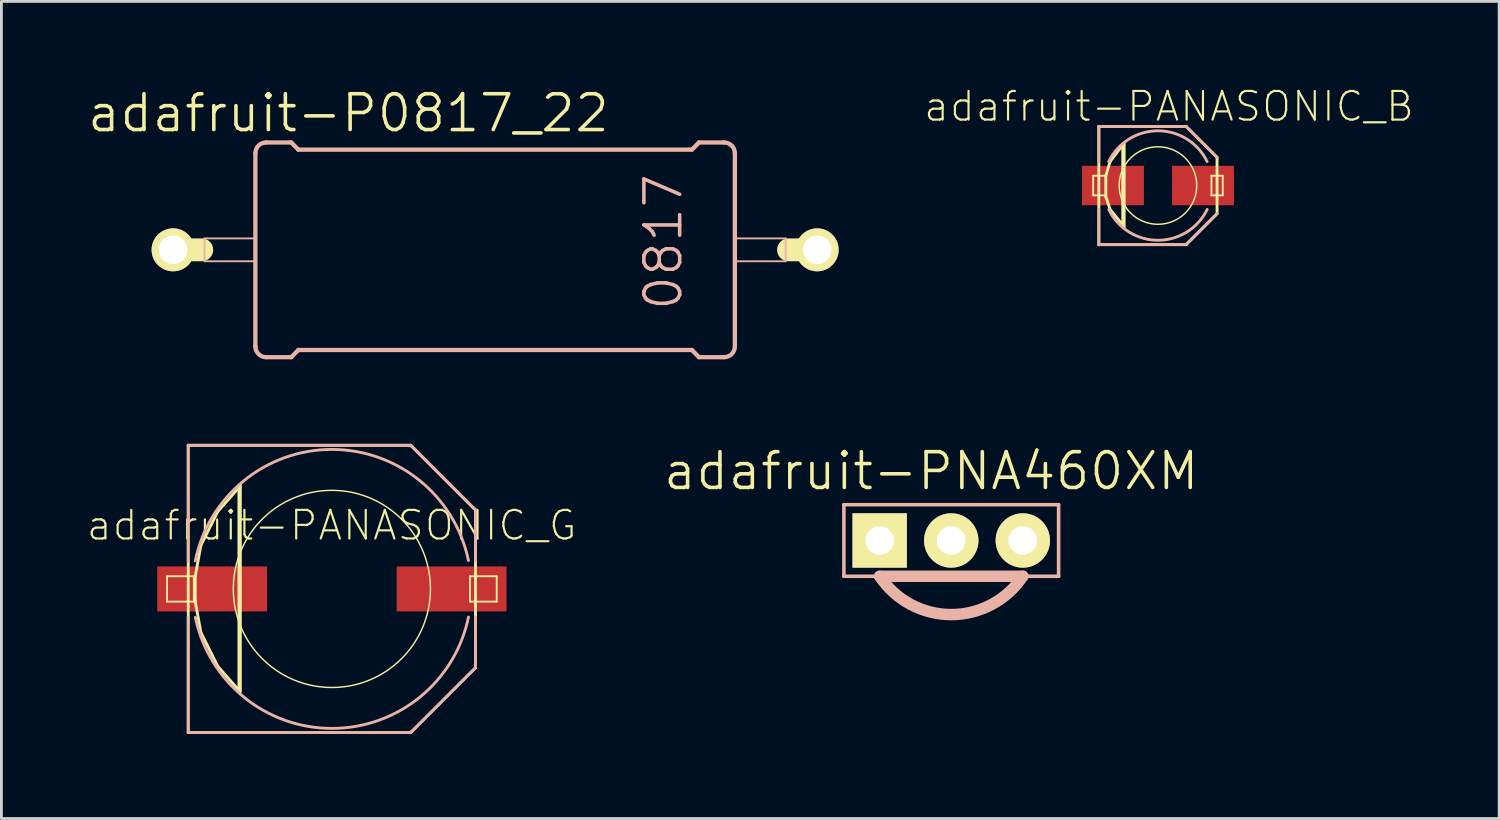
<source format=kicad_pcb>
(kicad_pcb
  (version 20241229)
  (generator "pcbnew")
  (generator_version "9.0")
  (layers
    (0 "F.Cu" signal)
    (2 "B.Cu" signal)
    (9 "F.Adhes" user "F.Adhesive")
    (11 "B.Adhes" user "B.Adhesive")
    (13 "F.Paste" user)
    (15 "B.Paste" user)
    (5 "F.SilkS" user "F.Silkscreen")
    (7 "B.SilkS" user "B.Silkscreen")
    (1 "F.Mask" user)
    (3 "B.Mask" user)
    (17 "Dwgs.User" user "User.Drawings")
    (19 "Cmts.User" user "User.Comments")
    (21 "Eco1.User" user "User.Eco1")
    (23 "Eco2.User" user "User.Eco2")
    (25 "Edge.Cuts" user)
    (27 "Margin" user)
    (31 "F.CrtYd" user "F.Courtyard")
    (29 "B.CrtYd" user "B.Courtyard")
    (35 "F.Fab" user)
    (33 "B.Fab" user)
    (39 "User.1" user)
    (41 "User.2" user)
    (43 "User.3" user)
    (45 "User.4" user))
  (footprint "adafruit-PNA460XM"
    (layer "F.Cu")
    (at 30.712 16.133)
    (property "Reference" "adafruit-PNA460XM" (at -0.711 -2.464 0) (layer "F.SilkS") (effects (font (size 1.27 1.27) (thickness 0.127))))
    (attr exclude_from_pos_files exclude_from_bom)
    (fp_line (start -2.794 -0.254) (end -2.286 -0.254) (stroke (width 0.066) (type solid)) (layer "F.SilkS"))
    (fp_line (start -2.794 0.254) (end -2.794 -0.254) (stroke (width 0.066) (type solid)) (layer "F.SilkS"))
    (fp_line (start -2.794 0.254) (end -2.286 0.254) (stroke (width 0.066) (type solid)) (layer "F.SilkS"))
    (fp_line (start -2.286 0.254) (end -2.286 -0.254) (stroke (width 0.066) (type solid)) (layer "F.SilkS"))
    (fp_line (start -0.254 -0.254) (end 0.254 -0.254) (stroke (width 0.066) (type solid)) (layer "F.SilkS"))
    (fp_line (start -0.254 0.254) (end -0.254 -0.254) (stroke (width 0.066) (type solid)) (layer "F.SilkS"))
    (fp_line (start -0.254 0.254) (end 0.254 0.254) (stroke (width 0.066) (type solid)) (layer "F.SilkS"))
    (fp_line (start 0.254 0.254) (end 0.254 -0.254) (stroke (width 0.066) (type solid)) (layer "F.SilkS"))
    (fp_line (start 2.286 -0.254) (end 2.794 -0.254) (stroke (width 0.066) (type solid)) (layer "F.SilkS"))
    (fp_line (start 2.286 0.254) (end 2.286 -0.254) (stroke (width 0.066) (type solid)) (layer "F.SilkS"))
    (fp_line (start 2.286 0.254) (end 2.794 0.254) (stroke (width 0.066) (type solid)) (layer "F.SilkS"))
    (fp_line (start 2.794 0.254) (end 2.794 -0.254) (stroke (width 0.066) (type solid)) (layer "F.SilkS"))
    (fp_line (start -3.81 -1.27) (end -3.81 1.27) (stroke (width 0.127) (type solid)) (layer "B.SilkS"))
    (fp_line (start -3.81 1.27) (end -2.54 1.27) (stroke (width 0.127) (type solid)) (layer "B.SilkS"))
    (fp_line (start -2.54 1.27) (end 2.54 1.27) (stroke (width 0.406) (type solid)) (layer "B.SilkS"))
    (fp_line (start 2.54 1.27) (end 3.81 1.27) (stroke (width 0.127) (type solid)) (layer "B.SilkS"))
    (fp_line (start 3.81 -1.27) (end -3.81 -1.27) (stroke (width 0.127) (type solid)) (layer "B.SilkS"))
    (fp_line (start 3.81 1.27) (end 3.81 -1.27) (stroke (width 0.127) (type solid)) (layer "B.SilkS"))
    (fp_arc (start 2.54 1.27) (mid 0.001938 2.63012) (end -2.537849 1.273225) (stroke (width 0.4064) (type solid)) (layer "B.SilkS"))
    (pad "1" thru_hole rect (at -2.54 0) (size 1.93 1.93) (drill 1.016) (layers "*.Cu" "F.Mask" "F.SilkS" "F.Paste"))
    (pad "2" thru_hole circle (at 0 0) (size 1.93 1.93) (drill 1.016) (layers "*.Cu" "F.Mask" "F.SilkS" "F.Paste"))
    (pad "3" thru_hole circle (at 2.54 0) (size 1.93 1.93) (drill 1.016) (layers "*.Cu" "F.Mask" "F.SilkS" "F.Paste")))
  (footprint "adafruit-PANASONIC_B"
    (layer "F.Cu")
    (at 38.048 3.535)
    (property "Reference" "adafruit-PANASONIC_B" (at 0.389 -2.807 0) (layer "F.SilkS") (effects (font (size 1.016 1.016) (thickness 0.076))))
    (attr smd)
    (fp_line (start -2.299 -0.348) (end -1.849 -0.348) (stroke (width 0.066) (type solid)) (layer "F.SilkS"))
    (fp_line (start -2.299 0.348) (end -2.299 -0.348) (stroke (width 0.066) (type solid)) (layer "F.SilkS"))
    (fp_line (start -2.299 0.348) (end -1.849 0.348) (stroke (width 0.066) (type solid)) (layer "F.SilkS"))
    (fp_line (start -2.098 -2.098) (end 0.998 -2.098) (stroke (width 0.102) (type solid)) (layer "F.SilkS"))
    (fp_line (start -2.098 2.098) (end -2.098 -2.098) (stroke (width 0.102) (type solid)) (layer "F.SilkS"))
    (fp_line (start -1.849 -0.348) (end -1.849 0.399) (stroke (width 0.102) (type solid)) (layer "F.SilkS"))
    (fp_line (start -1.849 0.348) (end -1.849 -0.348) (stroke (width 0.066) (type solid)) (layer "F.SilkS"))
    (fp_line (start -1.849 0.399) (end -1.699 0.848) (stroke (width 0.102) (type solid)) (layer "F.SilkS"))
    (fp_line (start -1.699 -0.848) (end -1.849 -0.348) (stroke (width 0.102) (type solid)) (layer "F.SilkS"))
    (fp_line (start -1.699 0.848) (end -1.25 1.4) (stroke (width 0.102) (type solid)) (layer "F.SilkS"))
    (fp_line (start -1.25 -1.448) (end -1.699 -0.848) (stroke (width 0.102) (type solid)) (layer "F.SilkS"))
    (fp_line (start -1.25 -1.4) (end -1.25 -1.448) (stroke (width 0.102) (type solid)) (layer "F.SilkS"))
    (fp_line (start -1.25 1.4) (end -1.25 -1.4) (stroke (width 0.102) (type solid)) (layer "F.SilkS"))
    (fp_line (start -1.199 -1.499) (end -1.199 1.499) (stroke (width 0.102) (type solid)) (layer "F.SilkS"))
    (fp_line (start 0.998 -2.098) (end 2.098 -0.998) (stroke (width 0.102) (type solid)) (layer "F.SilkS"))
    (fp_line (start 0.998 2.098) (end -2.098 2.098) (stroke (width 0.102) (type solid)) (layer "F.SilkS"))
    (fp_line (start 1.9 -0.348) (end 2.299 -0.348) (stroke (width 0.066) (type solid)) (layer "F.SilkS"))
    (fp_line (start 1.9 0.348) (end 1.9 -0.348) (stroke (width 0.066) (type solid)) (layer "F.SilkS"))
    (fp_line (start 1.9 0.348) (end 2.299 0.348) (stroke (width 0.066) (type solid)) (layer "F.SilkS"))
    (fp_line (start 2.098 -0.998) (end 2.098 0.998) (stroke (width 0.102) (type solid)) (layer "F.SilkS"))
    (fp_line (start 2.098 0.998) (end 0.998 2.098) (stroke (width 0.102) (type solid)) (layer "F.SilkS"))
    (fp_line (start 2.299 0.348) (end 2.299 -0.348) (stroke (width 0.066) (type solid)) (layer "F.SilkS"))
    (fp_circle (center 0 0) (end -0.973 0.973) (stroke (width 0.051) (type solid)) (fill no) (layer "F.SilkS"))
    (fp_line (start -2.098 -2.098) (end 0.998 -2.098) (stroke (width 0.102) (type solid)) (layer "B.SilkS"))
    (fp_line (start -2.098 -0.848) (end -2.098 -2.098) (stroke (width 0.102) (type solid)) (layer "B.SilkS"))
    (fp_line (start -2.098 2.098) (end -2.098 0.848) (stroke (width 0.102) (type solid)) (layer "B.SilkS"))
    (fp_line (start 0.998 -2.098) (end 2.098 -0.998) (stroke (width 0.102) (type solid)) (layer "B.SilkS"))
    (fp_line (start 0.998 2.098) (end -2.098 2.098) (stroke (width 0.102) (type solid)) (layer "B.SilkS"))
    (fp_line (start 2.098 0.998) (end 0.998 2.098) (stroke (width 0.102) (type solid)) (layer "B.SilkS"))
    (fp_arc (start -1.74752 -0.84836) (mid -0.001866 -1.942559) (end 1.745887 -0.851716) (stroke (width 0.1016) (type solid)) (layer "B.SilkS"))
    (fp_arc (start 1.74752 0.84836) (mid 0.001866 1.942559) (end -1.745887 0.851716) (stroke (width 0.1016) (type solid)) (layer "B.SilkS"))
    (pad "+" smd rect (at 1.598 0) (size 2.2 1.4) (layers "F.Cu" "F.Mask" "F.Paste"))
    (pad "-" smd rect (at -1.598 0) (size 2.2 1.4) (layers "F.Cu" "F.Mask" "F.Paste")))
  (footprint "adafruit-PANASONIC_G"
    (layer "F.Cu")
    (at 8.729 17.852)
    (property "Reference" "adafruit-PANASONIC_G" (at -0.008 -2.256 0) (layer "F.SilkS") (effects (font (size 1.016 1.016) (thickness 0.076))))
    (attr smd)
    (fp_line (start -5.85 -0.45) (end -4.9 -0.45) (stroke (width 0.066) (type solid)) (layer "F.SilkS"))
    (fp_line (start -5.85 0.45) (end -5.85 -0.45) (stroke (width 0.066) (type solid)) (layer "F.SilkS"))
    (fp_line (start -5.85 0.45) (end -4.9 0.45) (stroke (width 0.066) (type solid)) (layer "F.SilkS"))
    (fp_line (start -5.098 -5.098) (end 2.799 -5.098) (stroke (width 0.102) (type solid)) (layer "F.SilkS"))
    (fp_line (start -5.098 5.098) (end -5.098 -5.098) (stroke (width 0.102) (type solid)) (layer "F.SilkS"))
    (fp_line (start -4.9 0.45) (end -4.9 -0.45) (stroke (width 0.066) (type solid)) (layer "F.SilkS"))
    (fp_line (start -4.849 -0.45) (end -4.849 0.45) (stroke (width 0.102) (type solid)) (layer "F.SilkS"))
    (fp_line (start -4.849 0.45) (end -4.648 1.549) (stroke (width 0.102) (type solid)) (layer "F.SilkS"))
    (fp_line (start -4.648 -1.549) (end -4.849 -0.45) (stroke (width 0.102) (type solid)) (layer "F.SilkS"))
    (fp_line (start -4.648 1.549) (end -4.049 2.748) (stroke (width 0.102) (type solid)) (layer "F.SilkS"))
    (fp_line (start -4.049 -2.748) (end -4.648 -1.549) (stroke (width 0.102) (type solid)) (layer "F.SilkS"))
    (fp_line (start -4.049 2.748) (end -3.299 3.599) (stroke (width 0.102) (type solid)) (layer "F.SilkS"))
    (fp_line (start -3.299 -3.599) (end -4.049 -2.748) (stroke (width 0.102) (type solid)) (layer "F.SilkS"))
    (fp_line (start -3.299 -3.548) (end -3.299 -3.599) (stroke (width 0.102) (type solid)) (layer "F.SilkS"))
    (fp_line (start -3.299 3.599) (end -3.299 -3.548) (stroke (width 0.102) (type solid)) (layer "F.SilkS"))
    (fp_line (start -3.249 -3.698) (end -3.249 3.65) (stroke (width 0.102) (type solid)) (layer "F.SilkS"))
    (fp_line (start 2.799 -5.098) (end 5.098 -2.799) (stroke (width 0.102) (type solid)) (layer "F.SilkS"))
    (fp_line (start 2.799 5.098) (end -5.098 5.098) (stroke (width 0.102) (type solid)) (layer "F.SilkS"))
    (fp_line (start 4.9 -0.45) (end 5.85 -0.45) (stroke (width 0.066) (type solid)) (layer "F.SilkS"))
    (fp_line (start 4.9 0.45) (end 4.9 -0.45) (stroke (width 0.066) (type solid)) (layer "F.SilkS"))
    (fp_line (start 4.9 0.45) (end 5.85 0.45) (stroke (width 0.066) (type solid)) (layer "F.SilkS"))
    (fp_line (start 5.098 -2.799) (end 5.098 2.799) (stroke (width 0.102) (type solid)) (layer "F.SilkS"))
    (fp_line (start 5.098 2.799) (end 2.799 5.098) (stroke (width 0.102) (type solid)) (layer "F.SilkS"))
    (fp_line (start 5.85 0.45) (end 5.85 -0.45) (stroke (width 0.066) (type solid)) (layer "F.SilkS"))
    (fp_circle (center 0 0) (end -2.474 2.474) (stroke (width 0.051) (type solid)) (fill no) (layer "F.SilkS"))
    (fp_line (start -5.098 -5.098) (end 2.799 -5.098) (stroke (width 0.102) (type solid)) (layer "B.SilkS"))
    (fp_line (start -5.098 -0.998) (end -5.098 -5.098) (stroke (width 0.102) (type solid)) (layer "B.SilkS"))
    (fp_line (start -5.098 5.098) (end -5.098 0.998) (stroke (width 0.102) (type solid)) (layer "B.SilkS"))
    (fp_line (start 2.799 -5.098) (end 5.098 -2.799) (stroke (width 0.102) (type solid)) (layer "B.SilkS"))
    (fp_line (start 2.799 5.098) (end -5.098 5.098) (stroke (width 0.102) (type solid)) (layer "B.SilkS"))
    (fp_line (start 5.098 -2.799) (end 5.098 -0.998) (stroke (width 0.102) (type solid)) (layer "B.SilkS"))
    (fp_line (start 5.098 0.998) (end 5.098 2.799) (stroke (width 0.102) (type solid)) (layer "B.SilkS"))
    (fp_line (start 5.098 2.799) (end 2.799 5.098) (stroke (width 0.102) (type solid)) (layer "B.SilkS"))
    (fp_arc (start -4.84886 -0.99822) (mid -0.005807 -4.950541) (end 4.846505 -1.009593) (stroke (width 0.1016) (type solid)) (layer "B.SilkS"))
    (fp_arc (start 4.84886 0.99822) (mid 0.005807 4.950541) (end -4.846505 1.009593) (stroke (width 0.1016) (type solid)) (layer "B.SilkS"))
    (pad "+" smd rect (at 4.249 0) (size 3.899 1.598) (layers "F.Cu" "F.Mask" "F.Paste"))
    (pad "-" smd rect (at -4.249 0) (size 3.899 1.598) (layers "F.Cu" "F.Mask" "F.Paste")))
  (footprint "adafruit-P0817_22"
    (layer "F.Cu")
    (at 14.523 5.817)
    (property "Reference" "adafruit-P0817_22" (at -5.207 -4.851 0) (layer "F.SilkS") (effects (font (size 1.27 1.27) (thickness 0.127))))
    (attr exclude_from_pos_files exclude_from_bom)
    (fp_line (start -10.414 0) (end -11.43 0) (stroke (width 0.813) (type solid)) (layer "F.SilkS"))
    (fp_line (start 11.43 0) (end 10.414 0) (stroke (width 0.813) (type solid)) (layer "F.SilkS"))
    (fp_line (start -10.312 -0.406) (end -8.509 -0.406) (stroke (width 0.066) (type solid)) (layer "B.SilkS"))
    (fp_line (start -10.312 0.406) (end -10.312 -0.406) (stroke (width 0.066) (type solid)) (layer "B.SilkS"))
    (fp_line (start -10.312 0.406) (end -8.509 0.406) (stroke (width 0.066) (type solid)) (layer "B.SilkS"))
    (fp_line (start -8.509 0.406) (end -8.509 -0.406) (stroke (width 0.066) (type solid)) (layer "B.SilkS"))
    (fp_line (start -8.509 3.429) (end -8.509 -3.429) (stroke (width 0.152) (type solid)) (layer "B.SilkS"))
    (fp_line (start -8.128 -3.81) (end -7.236 -3.81) (stroke (width 0.152) (type solid)) (layer "B.SilkS"))
    (fp_line (start -8.128 3.81) (end -7.236 3.81) (stroke (width 0.152) (type solid)) (layer "B.SilkS"))
    (fp_line (start -6.985 -3.556) (end -7.236 -3.81) (stroke (width 0.152) (type solid)) (layer "B.SilkS"))
    (fp_line (start -6.985 3.556) (end -7.236 3.81) (stroke (width 0.152) (type solid)) (layer "B.SilkS"))
    (fp_line (start 6.985 -3.556) (end -6.985 -3.556) (stroke (width 0.152) (type solid)) (layer "B.SilkS"))
    (fp_line (start 6.985 -3.556) (end 7.236 -3.81) (stroke (width 0.152) (type solid)) (layer "B.SilkS"))
    (fp_line (start 6.985 3.556) (end -6.985 3.556) (stroke (width 0.152) (type solid)) (layer "B.SilkS"))
    (fp_line (start 6.985 3.556) (end 7.236 3.81) (stroke (width 0.152) (type solid)) (layer "B.SilkS"))
    (fp_line (start 8.128 -3.81) (end 7.236 -3.81) (stroke (width 0.152) (type solid)) (layer "B.SilkS"))
    (fp_line (start 8.128 3.81) (end 7.236 3.81) (stroke (width 0.152) (type solid)) (layer "B.SilkS"))
    (fp_line (start 8.509 -0.406) (end 10.312 -0.406) (stroke (width 0.066) (type solid)) (layer "B.SilkS"))
    (fp_line (start 8.509 0.406) (end 8.509 -0.406) (stroke (width 0.066) (type solid)) (layer "B.SilkS"))
    (fp_line (start 8.509 0.406) (end 10.312 0.406) (stroke (width 0.066) (type solid)) (layer "B.SilkS"))
    (fp_line (start 8.509 3.429) (end 8.509 -3.429) (stroke (width 0.152) (type solid)) (layer "B.SilkS"))
    (fp_line (start 10.312 0.406) (end 10.312 -0.406) (stroke (width 0.066) (type solid)) (layer "B.SilkS"))
    (fp_arc (start -8.509 -3.429) (mid -8.397408 -3.698408) (end -8.128 -3.81) (stroke (width 0.1524) (type solid)) (layer "B.SilkS"))
    (fp_arc (start -8.128 3.81) (mid -8.397408 3.698408) (end -8.509 3.429) (stroke (width 0.1524) (type solid)) (layer "B.SilkS"))
    (fp_arc (start 8.128 -3.81) (mid 8.397408 -3.698408) (end 8.509 -3.429) (stroke (width 0.1524) (type solid)) (layer "B.SilkS"))
    (fp_arc (start 8.509 3.429) (mid 8.397408 3.698408) (end 8.128 3.81) (stroke (width 0.1524) (type solid)) (layer "B.SilkS"))
    (fp_text user "0817" (at 5.969 -0.279 90) (layer "B.SilkS") (effects (font (size 1.27 1.27) (thickness 0.127))))
    (pad "1" thru_hole circle (at -11.43 0) (size 1.524 1.524) (drill 1.016) (layers "*.Cu" "F.Mask" "F.SilkS" "F.Paste"))
    (pad "2" thru_hole circle (at 11.43 0) (size 1.524 1.524) (drill 1.016) (layers "*.Cu" "F.Mask" "F.SilkS" "F.Paste")))
  (gr_rect
    (start -3 -3)
    (end 50.158 26.001)
    (stroke (width 0.1) (type default))
    (fill no)
    (layer "Edge.Cuts")))
</source>
